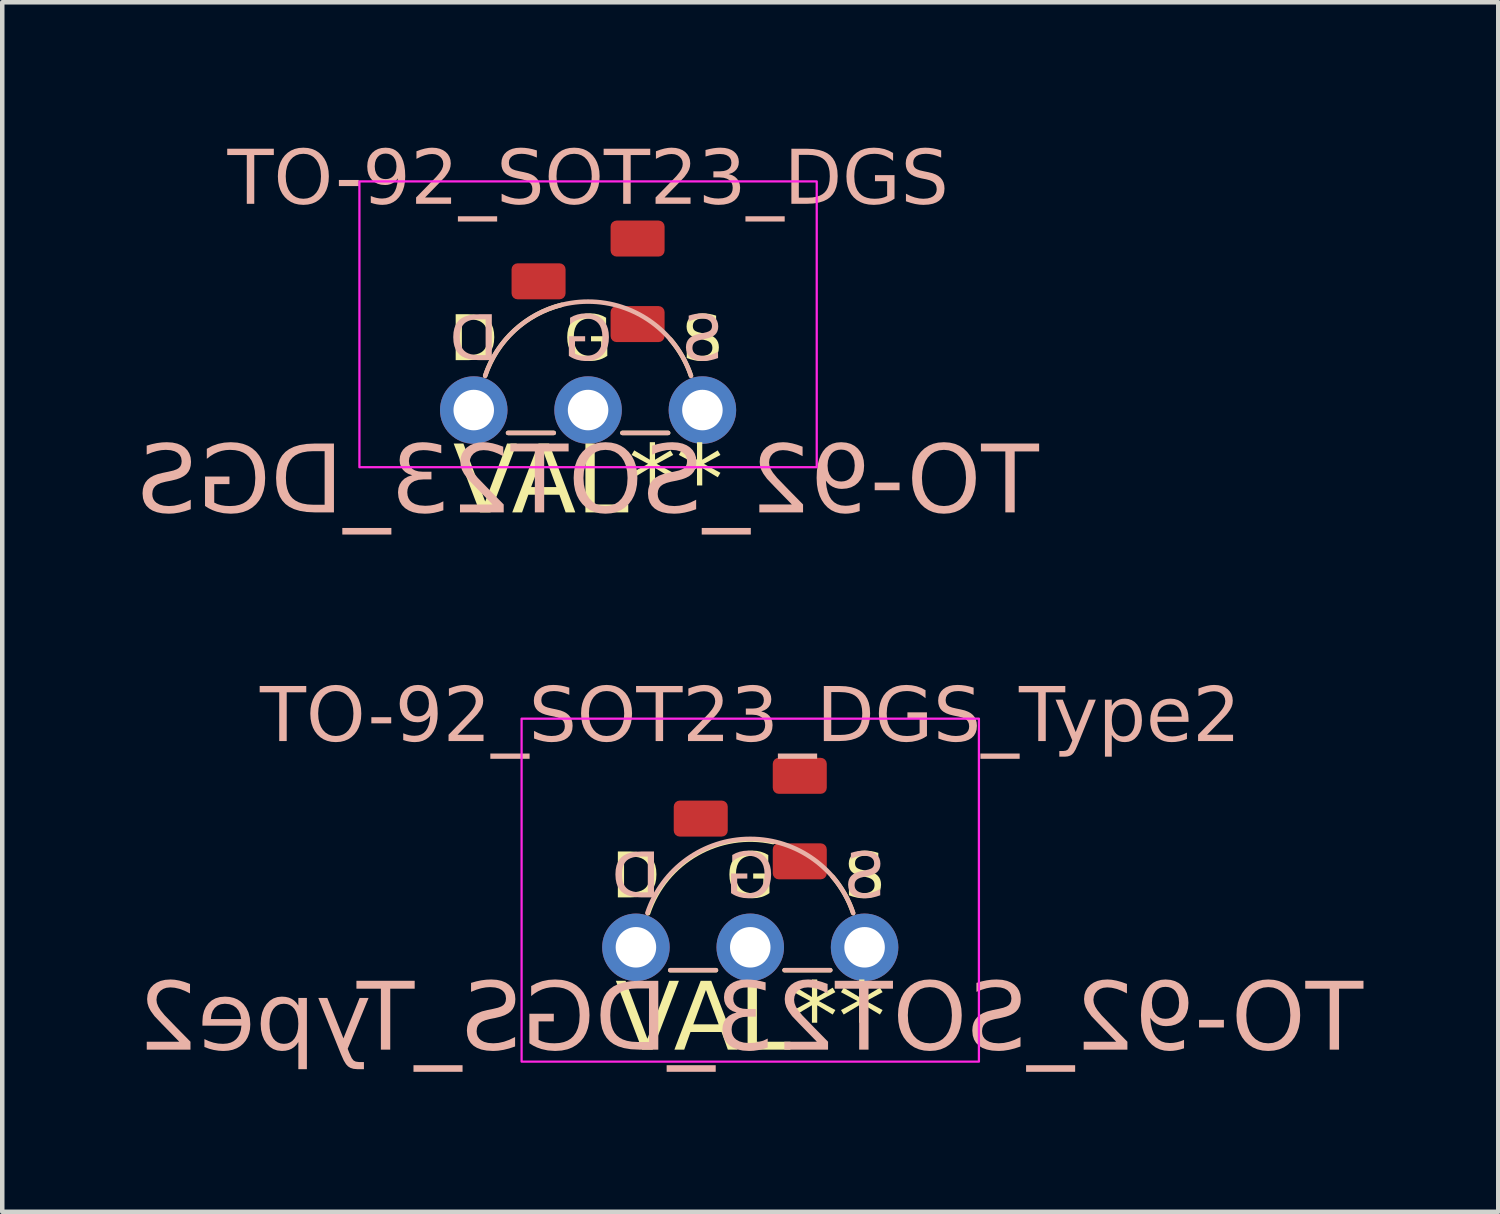
<source format=kicad_pcb>
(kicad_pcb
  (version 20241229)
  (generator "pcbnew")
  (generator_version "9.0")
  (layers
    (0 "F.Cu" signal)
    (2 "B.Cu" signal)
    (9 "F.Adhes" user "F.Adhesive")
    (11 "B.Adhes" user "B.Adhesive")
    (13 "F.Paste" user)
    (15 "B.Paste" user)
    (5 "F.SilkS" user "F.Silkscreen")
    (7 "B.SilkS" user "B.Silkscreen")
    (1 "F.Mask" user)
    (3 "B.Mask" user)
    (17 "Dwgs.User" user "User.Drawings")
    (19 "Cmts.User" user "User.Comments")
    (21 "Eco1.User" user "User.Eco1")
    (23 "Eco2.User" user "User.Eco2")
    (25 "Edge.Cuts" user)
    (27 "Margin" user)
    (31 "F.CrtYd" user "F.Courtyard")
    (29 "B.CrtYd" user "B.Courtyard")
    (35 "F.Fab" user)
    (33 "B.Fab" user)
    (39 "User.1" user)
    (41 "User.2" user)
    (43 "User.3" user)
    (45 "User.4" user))
  (footprint "TO-92_SOT23_DGS_Type2"
    (layer "F.Cu")
    (at 13.618 16.726)
    (property "Reference" "TO-92_SOT23_DGS_Type2" (at 0 -3.81 0) (unlocked yes) (layer "B.SilkS") (effects (font (face "Milk Run") (size 1.2 1.2) (thickness 0.1))))
    (property "Value" "VAL**" (at 0 3.556 0) (unlocked yes) (layer "F.SilkS") (hide yes) (effects (font (face "Milk Run") (size 1.2 1.2) (thickness 0.1))))
    (attr through_hole)
    (fp_line (start -0.762 1.778) (end -1.778 1.778) (stroke (width 0.1) (type default)) (layer "F.SilkS"))
    (fp_line (start 1.778 1.778) (end 0.762 1.778) (stroke (width 0.1) (type default)) (layer "F.SilkS"))
    (fp_arc (start -2.269504 0.513497) (mid -1.183544 -0.808983) (end 0.508 -1.067709) (stroke (width 0.1) (type default)) (layer "F.SilkS"))
    (fp_arc (start 1.829546 -0.298183) (mid 2.096881 0.082766) (end 2.285999 0.508) (stroke (width 0.1) (type default)) (layer "F.SilkS"))
    (fp_line (start -0.762 1.778) (end -1.778 1.778) (stroke (width 0.1) (type default)) (layer "B.SilkS"))
    (fp_line (start 0.762 1.778) (end 1.778 1.778) (stroke (width 0.1) (type default)) (layer "B.SilkS"))
    (fp_arc (start -2.285998 0.508) (mid 0 -1.139654) (end 2.285998 0.508) (stroke (width 0.1) (type default)) (layer "B.SilkS"))
    (fp_rect (start -5.08 -3.81) (end 5.08 3.81) (stroke (width 0.05) (type default)) (fill no) (layer "F.CrtYd"))
    (fp_text user "D" (at -2.54 -0.254 0) (unlocked yes) (layer "F.SilkS") (effects (font (face "Milk Run") (size 1 1) (thickness 0.125))))
    (fp_text user "S" (at 2.54 -0.254 0) (unlocked yes) (layer "F.SilkS") (effects (font (face "Milk Run") (size 1 1) (thickness 0.125))))
    (fp_text user "${VALUE}" (at 0 2.921 0) (layer "F.SilkS") (effects (font (face "Milk Run") (size 1.5 1.5) (thickness 0.1))))
    (fp_text user "G" (at 0 -0.254 0) (unlocked yes) (layer "F.SilkS") (effects (font (face "Milk Run") (size 1 1) (thickness 0.125))))
    (fp_text user "D" (at -2.54 -0.254 0) (unlocked yes) (layer "B.SilkS") (effects (font (face "Milk Run") (size 1 1) (thickness 0.125)) (justify mirror)))
    (fp_text user "G" (at 0 -0.254 0) (unlocked yes) (layer "B.SilkS") (effects (font (face "Milk Run") (size 1 1) (thickness 0.125)) (justify mirror)))
    (fp_text user "S" (at 2.54 -0.254 0) (unlocked yes) (layer "B.SilkS") (effects (font (face "Milk Run") (size 1 1) (thickness 0.125)) (justify mirror)))
    (fp_text user "${REFERENCE}" (at 0 2.921 0) (layer "B.SilkS") (effects (font (face "Milk Run") (size 1.5 1.5) (thickness 0.1)) (justify mirror)))
    (pad "1" thru_hole circle (at -2.54 1.27) (size 1.5 1.5) (drill 0.9) (layers "*.Cu" "*.Mask"))
    (pad "1" smd roundrect (at -1.1 -1.59) (size 1.2 0.8) (layers "F.Cu" "F.Mask" "F.Paste") (roundrect_rratio 0.167))
    (pad "2" thru_hole circle (at 0 1.27) (size 1.5 1.5) (drill 0.9) (layers "*.Cu" "*.Mask"))
    (pad "2" smd roundrect (at 1.1 -0.64) (size 1.2 0.8) (layers "F.Cu" "F.Mask" "F.Paste") (roundrect_rratio 0.167))
    (pad "3" smd roundrect (at 1.1 -2.54) (size 1.2 0.8) (layers "F.Cu" "F.Mask" "F.Paste") (roundrect_rratio 0.167))
    (pad "3" thru_hole circle (at 2.54 1.27) (size 1.5 1.5) (drill 0.9) (layers "*.Cu" "*.Mask")))
  (footprint "TO-92_SOT23_DGS"
    (layer "F.Cu")
    (at 10.015 6.06)
    (property "Reference" "TO-92_SOT23_DGS" (at 0 -5.08 0) (unlocked yes) (layer "B.SilkS") (effects (font (face "Milk Run") (size 1.2 1.2) (thickness 0.1))))
    (property "Value" "VAL**" (at 0 3.81 0) (unlocked yes) (layer "F.SilkS") (hide yes) (effects (font (face "Milk Run") (size 1.2 1.2) (thickness 0.1))))
    (attr through_hole)
    (fp_line (start -0.762 0.508) (end -1.778 0.508) (stroke (width 0.1) (type default)) (layer "F.SilkS"))
    (fp_line (start 1.778 0.508) (end 0.762 0.508) (stroke (width 0.1) (type default)) (layer "F.SilkS"))
    (fp_arc (start -2.285999 -0.762) (mid -1.637239 -1.768017) (end -0.584427 -2.337709) (stroke (width 0.1) (type default)) (layer "F.SilkS"))
    (fp_arc (start 1.829546 -1.568183) (mid 2.096881 -1.187234) (end 2.285999 -0.762) (stroke (width 0.1) (type default)) (layer "F.SilkS"))
    (fp_line (start -0.762 0.508) (end -1.778 0.508) (stroke (width 0.1) (type default)) (layer "B.SilkS"))
    (fp_line (start 0.762 0.508) (end 1.778 0.508) (stroke (width 0.1) (type default)) (layer "B.SilkS"))
    (fp_arc (start -2.285998 -0.762) (mid 0 -2.409654) (end 2.285998 -0.762) (stroke (width 0.1) (type default)) (layer "B.SilkS"))
    (fp_rect (start -5.08 -5.08) (end 5.08 1.27) (stroke (width 0.05) (type default)) (fill no) (layer "F.CrtYd"))
    (fp_text user "${VALUE}" (at 0 1.651 0) (layer "F.SilkS") (effects (font (face "Milk Run") (size 1.5 1.5) (thickness 0.1))))
    (fp_text user "G" (at 0 -1.524 0) (unlocked yes) (layer "F.SilkS") (effects (font (face "Milk Run") (size 1 1) (thickness 0.125))))
    (fp_text user "S" (at 2.54 -1.524 0) (unlocked yes) (layer "F.SilkS") (effects (font (face "Milk Run") (size 1 1) (thickness 0.125))))
    (fp_text user "D" (at -2.54 -1.524 0) (unlocked yes) (layer "F.SilkS") (effects (font (face "Milk Run") (size 1 1) (thickness 0.125))))
    (fp_text user "S" (at 2.54 -1.524 0) (unlocked yes) (layer "B.SilkS") (effects (font (face "Milk Run") (size 1 1) (thickness 0.125)) (justify mirror)))
    (fp_text user "${REFERENCE}" (at 0 1.651 0) (layer "B.SilkS") (effects (font (face "Milk Run") (size 1.5 1.5) (thickness 0.1)) (justify mirror)))
    (fp_text user "G" (at 0 -1.524 0) (unlocked yes) (layer "B.SilkS") (effects (font (face "Milk Run") (size 1 1) (thickness 0.125)) (justify mirror)))
    (fp_text user "D" (at -2.54 -1.524 0) (unlocked yes) (layer "B.SilkS") (effects (font (face "Milk Run") (size 1 1) (thickness 0.125)) (justify mirror)))
    (pad "1" thru_hole circle (at -2.54 0) (size 1.5 1.5) (drill 0.9) (layers "*.Cu" "*.Mask"))
    (pad "1" smd roundrect (at -1.1 -2.86) (size 1.2 0.8) (layers "F.Cu" "F.Mask" "F.Paste") (roundrect_rratio 0.167))
    (pad "2" thru_hole circle (at 0 0) (size 1.5 1.5) (drill 0.9) (layers "*.Cu" "*.Mask"))
    (pad "2" smd roundrect (at 1.1 -3.81) (size 1.2 0.8) (layers "F.Cu" "F.Mask" "F.Paste") (roundrect_rratio 0.167))
    (pad "3" smd roundrect (at 1.1 -1.91) (size 1.2 0.8) (layers "F.Cu" "F.Mask" "F.Paste") (roundrect_rratio 0.167))
    (pad "3" thru_hole circle (at 2.54 0) (size 1.5 1.5) (drill 0.9) (layers "*.Cu" "*.Mask")))
  (gr_rect
    (start -3 -3)
    (end 30.236 23.872)
    (stroke (width 0.1) (type default))
    (fill no)
    (layer "Edge.Cuts")))
</source>
